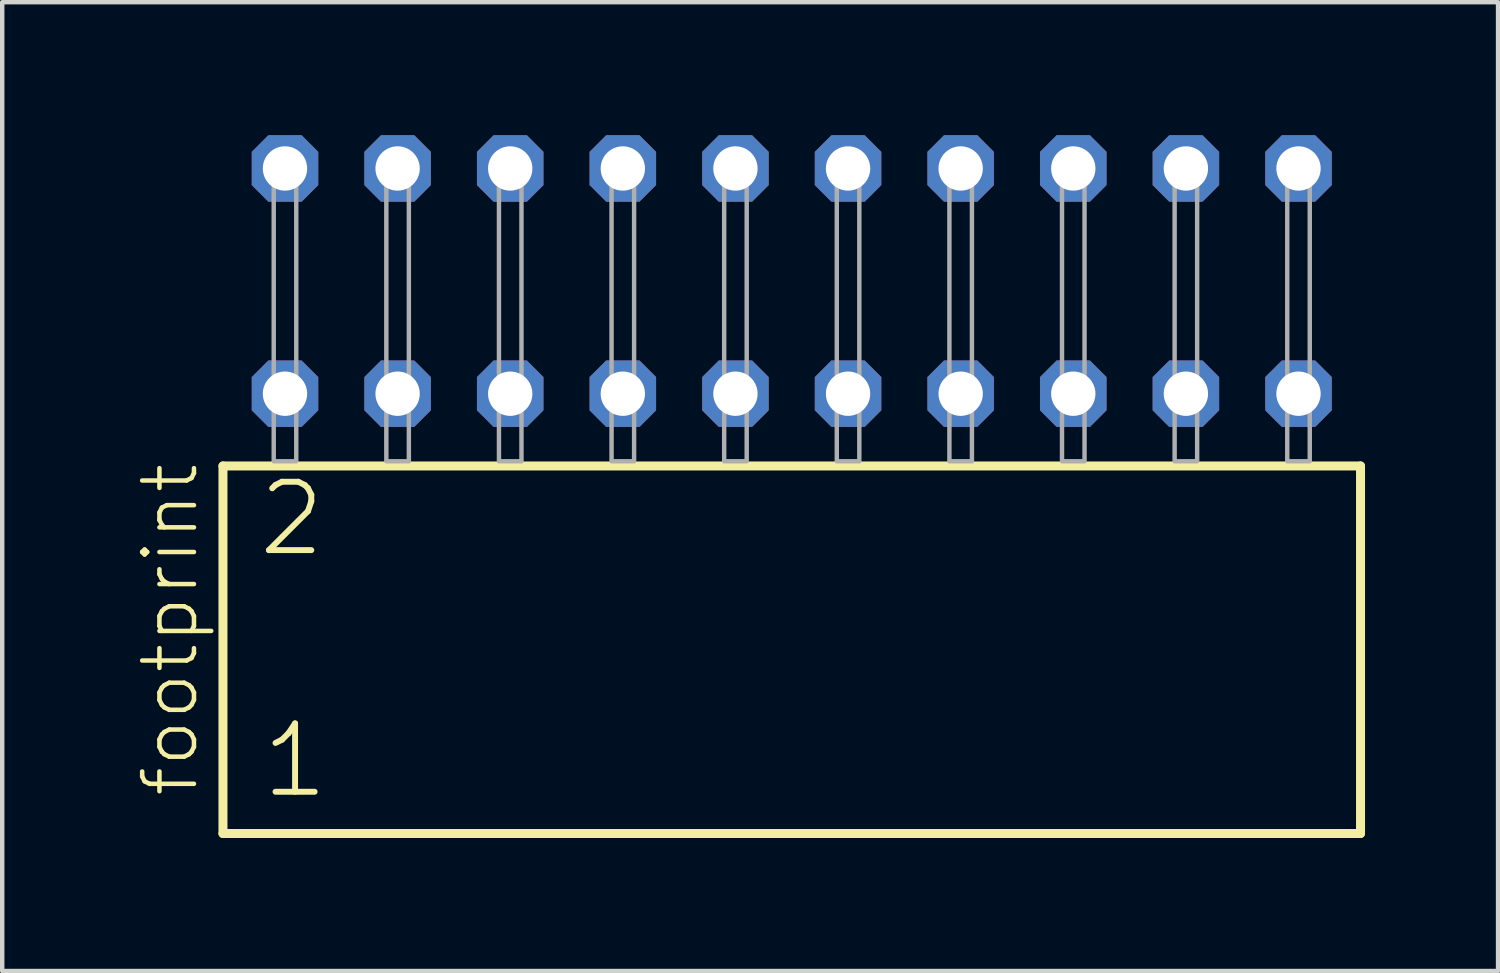
<source format=kicad_pcb>
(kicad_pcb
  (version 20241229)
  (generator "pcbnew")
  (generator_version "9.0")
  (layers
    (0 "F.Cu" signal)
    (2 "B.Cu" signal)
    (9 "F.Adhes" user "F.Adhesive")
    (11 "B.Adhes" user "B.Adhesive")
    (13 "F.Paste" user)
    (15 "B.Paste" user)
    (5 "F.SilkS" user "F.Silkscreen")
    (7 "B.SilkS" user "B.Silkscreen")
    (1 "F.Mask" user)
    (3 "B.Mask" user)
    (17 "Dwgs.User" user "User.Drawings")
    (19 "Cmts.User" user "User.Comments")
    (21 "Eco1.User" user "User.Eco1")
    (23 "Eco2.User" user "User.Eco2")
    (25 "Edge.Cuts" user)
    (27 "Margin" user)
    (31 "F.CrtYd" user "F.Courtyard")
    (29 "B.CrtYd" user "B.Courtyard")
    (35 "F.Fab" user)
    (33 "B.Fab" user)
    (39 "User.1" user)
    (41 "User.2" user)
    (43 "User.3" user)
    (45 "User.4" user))
  (footprint "footprint"
    (layer "F.Cu")
    (at 14.808 7.354)
    (property "Reference" "footprint" (at -13.335 7.62 90) (layer "F.SilkS") (effects (font (size 1.168 1.168) (thickness 0.102)) (justify left bottom)))
    (fp_line (start -12.829 0.106) (end -12.829 8.396) (stroke (width 0.203) (type solid)) (layer "F.SilkS"))
    (fp_line (start -12.829 8.396) (end 12.829 8.396) (stroke (width 0.203) (type solid)) (layer "F.SilkS"))
    (fp_line (start 12.829 0.106) (end -12.829 0.106) (stroke (width 0.203) (type solid)) (layer "F.SilkS"))
    (fp_line (start 12.829 8.396) (end 12.829 0.106) (stroke (width 0.203) (type solid)) (layer "F.SilkS"))
    (fp_poly (pts (xy -11.684 0) (xy -11.176 0) (xy -11.176 -6.858) (xy -11.684 -6.858)) (stroke (width 0.1) (type solid)) (fill no) (layer "F.Fab"))
    (fp_poly (pts (xy -9.144 0) (xy -8.636 0) (xy -8.636 -6.858) (xy -9.144 -6.858)) (stroke (width 0.1) (type solid)) (fill no) (layer "F.Fab"))
    (fp_poly (pts (xy -6.604 0) (xy -6.096 0) (xy -6.096 -6.858) (xy -6.604 -6.858)) (stroke (width 0.1) (type solid)) (fill no) (layer "F.Fab"))
    (fp_poly (pts (xy -4.064 0) (xy -3.556 0) (xy -3.556 -6.858) (xy -4.064 -6.858)) (stroke (width 0.1) (type solid)) (fill no) (layer "F.Fab"))
    (fp_poly (pts (xy -1.524 0) (xy -1.016 0) (xy -1.016 -6.858) (xy -1.524 -6.858)) (stroke (width 0.1) (type solid)) (fill no) (layer "F.Fab"))
    (fp_poly (pts (xy 1.016 0) (xy 1.524 0) (xy 1.524 -6.858) (xy 1.016 -6.858)) (stroke (width 0.1) (type solid)) (fill no) (layer "F.Fab"))
    (fp_poly (pts (xy 3.556 0) (xy 4.064 0) (xy 4.064 -6.858) (xy 3.556 -6.858)) (stroke (width 0.1) (type solid)) (fill no) (layer "F.Fab"))
    (fp_poly (pts (xy 6.096 0) (xy 6.604 0) (xy 6.604 -6.858) (xy 6.096 -6.858)) (stroke (width 0.1) (type solid)) (fill no) (layer "F.Fab"))
    (fp_poly (pts (xy 8.636 0) (xy 9.144 0) (xy 9.144 -6.858) (xy 8.636 -6.858)) (stroke (width 0.1) (type solid)) (fill no) (layer "F.Fab"))
    (fp_poly (pts (xy 11.176 0) (xy 11.684 0) (xy 11.684 -6.858) (xy 11.176 -6.858)) (stroke (width 0.1) (type solid)) (fill no) (layer "F.Fab"))
    (fp_text user "2" (at -12.1 2.2 0) (layer "F.SilkS") (effects (font (size 1.542 1.542) (thickness 0.134)) (justify left bottom)))
    (fp_text user "1" (at -12.025 7.65 0) (layer "F.SilkS") (effects (font (size 1.542 1.542) (thickness 0.134)) (justify left bottom)))
    (pad "1" thru_hole roundrect (at -11.43 -1.524) (size 1.5 1.5) (drill 1) (layers "*.Cu" "*.Mask") (roundrect_rratio 0.25) (chamfer_ratio 0.25) (chamfer top_left top_right bottom_left bottom_right))
    (pad "2" thru_hole roundrect (at -11.43 -6.604) (size 1.5 1.5) (drill 1) (layers "*.Cu" "*.Mask") (roundrect_rratio 0.25) (chamfer_ratio 0.25) (chamfer top_left top_right bottom_left bottom_right))
    (pad "3" thru_hole roundrect (at -8.89 -1.524) (size 1.5 1.5) (drill 1) (layers "*.Cu" "*.Mask") (roundrect_rratio 0.25) (chamfer_ratio 0.25) (chamfer top_left top_right bottom_left bottom_right))
    (pad "4" thru_hole roundrect (at -8.89 -6.604) (size 1.5 1.5) (drill 1) (layers "*.Cu" "*.Mask") (roundrect_rratio 0.25) (chamfer_ratio 0.25) (chamfer top_left top_right bottom_left bottom_right))
    (pad "5" thru_hole roundrect (at -6.35 -1.524) (size 1.5 1.5) (drill 1) (layers "*.Cu" "*.Mask") (roundrect_rratio 0.25) (chamfer_ratio 0.25) (chamfer top_left top_right bottom_left bottom_right))
    (pad "6" thru_hole roundrect (at -6.35 -6.604) (size 1.5 1.5) (drill 1) (layers "*.Cu" "*.Mask") (roundrect_rratio 0.25) (chamfer_ratio 0.25) (chamfer top_left top_right bottom_left bottom_right))
    (pad "7" thru_hole roundrect (at -3.81 -1.524) (size 1.5 1.5) (drill 1) (layers "*.Cu" "*.Mask") (roundrect_rratio 0.25) (chamfer_ratio 0.25) (chamfer top_left top_right bottom_left bottom_right))
    (pad "8" thru_hole roundrect (at -3.81 -6.604) (size 1.5 1.5) (drill 1) (layers "*.Cu" "*.Mask") (roundrect_rratio 0.25) (chamfer_ratio 0.25) (chamfer top_left top_right bottom_left bottom_right))
    (pad "9" thru_hole roundrect (at -1.27 -1.524) (size 1.5 1.5) (drill 1) (layers "*.Cu" "*.Mask") (roundrect_rratio 0.25) (chamfer_ratio 0.25) (chamfer top_left top_right bottom_left bottom_right))
    (pad "10" thru_hole roundrect (at -1.27 -6.604) (size 1.5 1.5) (drill 1) (layers "*.Cu" "*.Mask") (roundrect_rratio 0.25) (chamfer_ratio 0.25) (chamfer top_left top_right bottom_left bottom_right))
    (pad "11" thru_hole roundrect (at 1.27 -1.524) (size 1.5 1.5) (drill 1) (layers "*.Cu" "*.Mask") (roundrect_rratio 0.25) (chamfer_ratio 0.25) (chamfer top_left top_right bottom_left bottom_right))
    (pad "12" thru_hole roundrect (at 1.27 -6.604) (size 1.5 1.5) (drill 1) (layers "*.Cu" "*.Mask") (roundrect_rratio 0.25) (chamfer_ratio 0.25) (chamfer top_left top_right bottom_left bottom_right))
    (pad "13" thru_hole roundrect (at 3.81 -1.524) (size 1.5 1.5) (drill 1) (layers "*.Cu" "*.Mask") (roundrect_rratio 0.25) (chamfer_ratio 0.25) (chamfer top_left top_right bottom_left bottom_right))
    (pad "14" thru_hole roundrect (at 3.81 -6.604) (size 1.5 1.5) (drill 1) (layers "*.Cu" "*.Mask") (roundrect_rratio 0.25) (chamfer_ratio 0.25) (chamfer top_left top_right bottom_left bottom_right))
    (pad "15" thru_hole roundrect (at 6.35 -1.524) (size 1.5 1.5) (drill 1) (layers "*.Cu" "*.Mask") (roundrect_rratio 0.25) (chamfer_ratio 0.25) (chamfer top_left top_right bottom_left bottom_right))
    (pad "16" thru_hole roundrect (at 6.35 -6.604) (size 1.5 1.5) (drill 1) (layers "*.Cu" "*.Mask") (roundrect_rratio 0.25) (chamfer_ratio 0.25) (chamfer top_left top_right bottom_left bottom_right))
    (pad "17" thru_hole roundrect (at 8.89 -1.524) (size 1.5 1.5) (drill 1) (layers "*.Cu" "*.Mask") (roundrect_rratio 0.25) (chamfer_ratio 0.25) (chamfer top_left top_right bottom_left bottom_right))
    (pad "18" thru_hole roundrect (at 8.89 -6.604) (size 1.5 1.5) (drill 1) (layers "*.Cu" "*.Mask") (roundrect_rratio 0.25) (chamfer_ratio 0.25) (chamfer top_left top_right bottom_left bottom_right))
    (pad "19" thru_hole roundrect (at 11.43 -1.524) (size 1.5 1.5) (drill 1) (layers "*.Cu" "*.Mask") (roundrect_rratio 0.25) (chamfer_ratio 0.25) (chamfer top_left top_right bottom_left bottom_right))
    (pad "20" thru_hole roundrect (at 11.43 -6.604) (size 1.5 1.5) (drill 1) (layers "*.Cu" "*.Mask") (roundrect_rratio 0.25) (chamfer_ratio 0.25) (chamfer top_left top_right bottom_left bottom_right)))
  (gr_rect
    (start -3 -3)
    (end 30.739 18.852)
    (stroke (width 0.1) (type default))
    (fill no)
    (layer "Edge.Cuts")))
</source>
